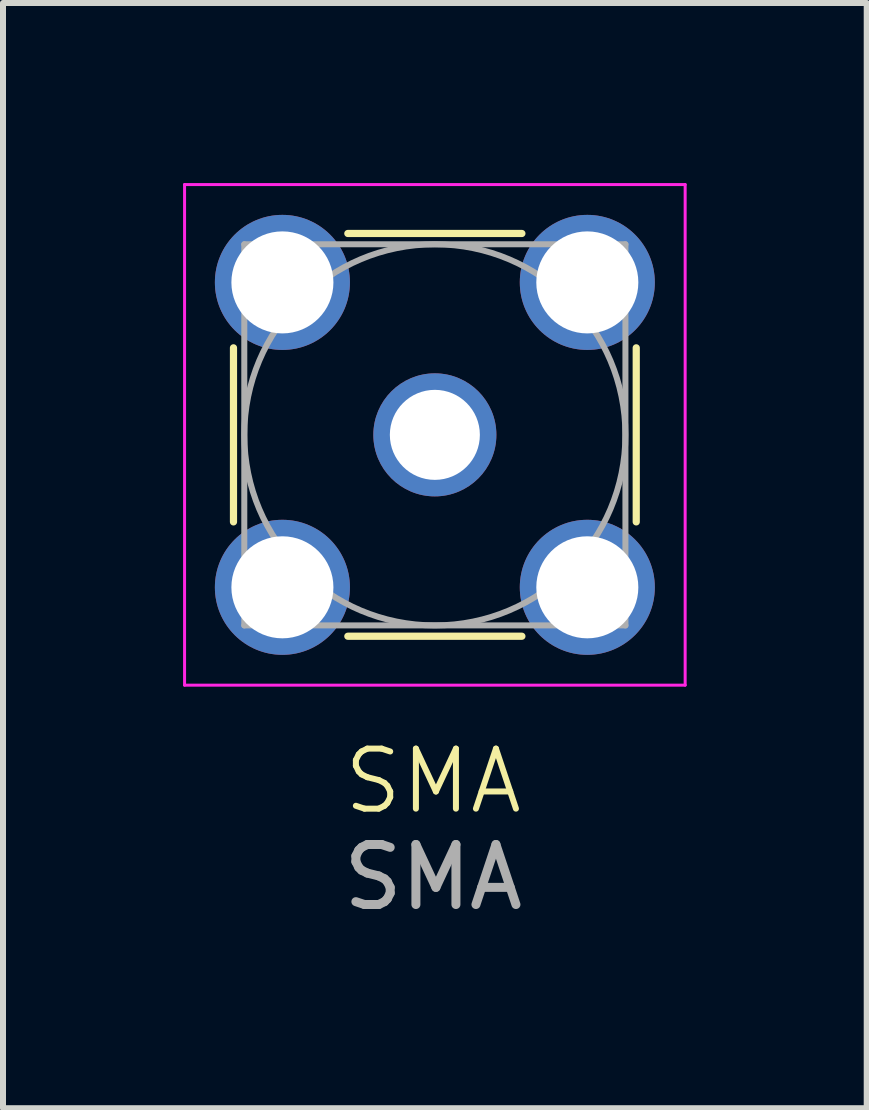
<source format=kicad_pcb>
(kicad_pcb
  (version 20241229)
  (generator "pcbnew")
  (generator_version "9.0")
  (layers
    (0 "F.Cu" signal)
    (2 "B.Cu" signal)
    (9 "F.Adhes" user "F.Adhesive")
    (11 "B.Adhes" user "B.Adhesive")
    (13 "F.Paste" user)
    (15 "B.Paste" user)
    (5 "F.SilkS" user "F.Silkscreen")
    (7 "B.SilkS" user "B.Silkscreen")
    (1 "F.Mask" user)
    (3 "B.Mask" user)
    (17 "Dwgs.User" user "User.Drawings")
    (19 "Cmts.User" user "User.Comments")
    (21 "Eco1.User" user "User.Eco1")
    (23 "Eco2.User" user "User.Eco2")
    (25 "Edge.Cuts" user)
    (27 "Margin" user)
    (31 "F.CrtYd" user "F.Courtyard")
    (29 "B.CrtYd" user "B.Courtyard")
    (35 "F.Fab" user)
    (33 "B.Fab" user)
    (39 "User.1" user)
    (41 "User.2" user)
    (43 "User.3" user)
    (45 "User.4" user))
  (footprint "SMA"
    (layer "F.Cu")
    (at 4.165 4.165)
    (property "Reference" "SMA" (at 0 5.8 0) (unlocked yes) (layer "F.SilkS") (effects (font (size 1 1) (thickness 0.1))))
    (attr smd)
    (fp_line (start -3.325 -1.42) (end -3.325 1.48) (stroke (width 0.12) (type solid)) (layer "F.SilkS"))
    (fp_line (start -1.42 -3.325) (end 1.48 -3.325) (stroke (width 0.12) (type solid)) (layer "F.SilkS"))
    (fp_line (start -1.42 3.385) (end 1.48 3.385) (stroke (width 0.12) (type solid)) (layer "F.SilkS"))
    (fp_line (start 3.385 -1.42) (end 3.385 1.48) (stroke (width 0.12) (type solid)) (layer "F.SilkS"))
    (fp_line (start -4.14 -4.14) (end -4.14 4.2) (stroke (width 0.05) (type solid)) (layer "F.CrtYd"))
    (fp_line (start -4.14 -4.14) (end 4.2 -4.14) (stroke (width 0.05) (type solid)) (layer "F.CrtYd"))
    (fp_line (start 4.2 4.2) (end -4.14 4.2) (stroke (width 0.05) (type solid)) (layer "F.CrtYd"))
    (fp_line (start 4.2 4.2) (end 4.2 -4.14) (stroke (width 0.05) (type solid)) (layer "F.CrtYd"))
    (fp_line (start -3.145 -3.145) (end -3.145 3.205) (stroke (width 0.1) (type solid)) (layer "F.Fab"))
    (fp_line (start -3.145 -3.145) (end 3.205 -3.145) (stroke (width 0.1) (type solid)) (layer "F.Fab"))
    (fp_line (start -3.145 3.205) (end 3.205 3.205) (stroke (width 0.1) (type solid)) (layer "F.Fab"))
    (fp_line (start 3.205 -3.145) (end 3.205 3.205) (stroke (width 0.1) (type solid)) (layer "F.Fab"))
    (fp_circle (center 0.03 0.03) (end 3.205 0.03) (stroke (width 0.1) (type solid)) (fill no) (layer "F.Fab"))
    (fp_text user "${REFERENCE}" (at 0 7.4 0) (layer "F.Fab") (effects (font (size 1 1) (thickness 0.15))))
    (pad "1" thru_hole circle (at 0.03 0.03) (size 2.05 2.05) (drill 1.5) (layers "*.Cu" "*.Mask"))
    (pad "2" thru_hole circle (at -2.51 -2.51) (size 2.25 2.25) (drill 1.7) (layers "*.Cu" "*.Mask"))
    (pad "2" thru_hole circle (at -2.51 2.57) (size 2.25 2.25) (drill 1.7) (layers "*.Cu" "*.Mask"))
    (pad "2" thru_hole circle (at 2.57 -2.51) (size 2.25 2.25) (drill 1.7) (layers "*.Cu" "*.Mask"))
    (pad "2" thru_hole circle (at 2.57 2.57) (size 2.25 2.25) (drill 1.7) (layers "*.Cu" "*.Mask")))
  (gr_rect
    (start -3 -3)
    (end 11.39 15.413)
    (stroke (width 0.1) (type default))
    (fill no)
    (layer "Edge.Cuts")))
</source>
